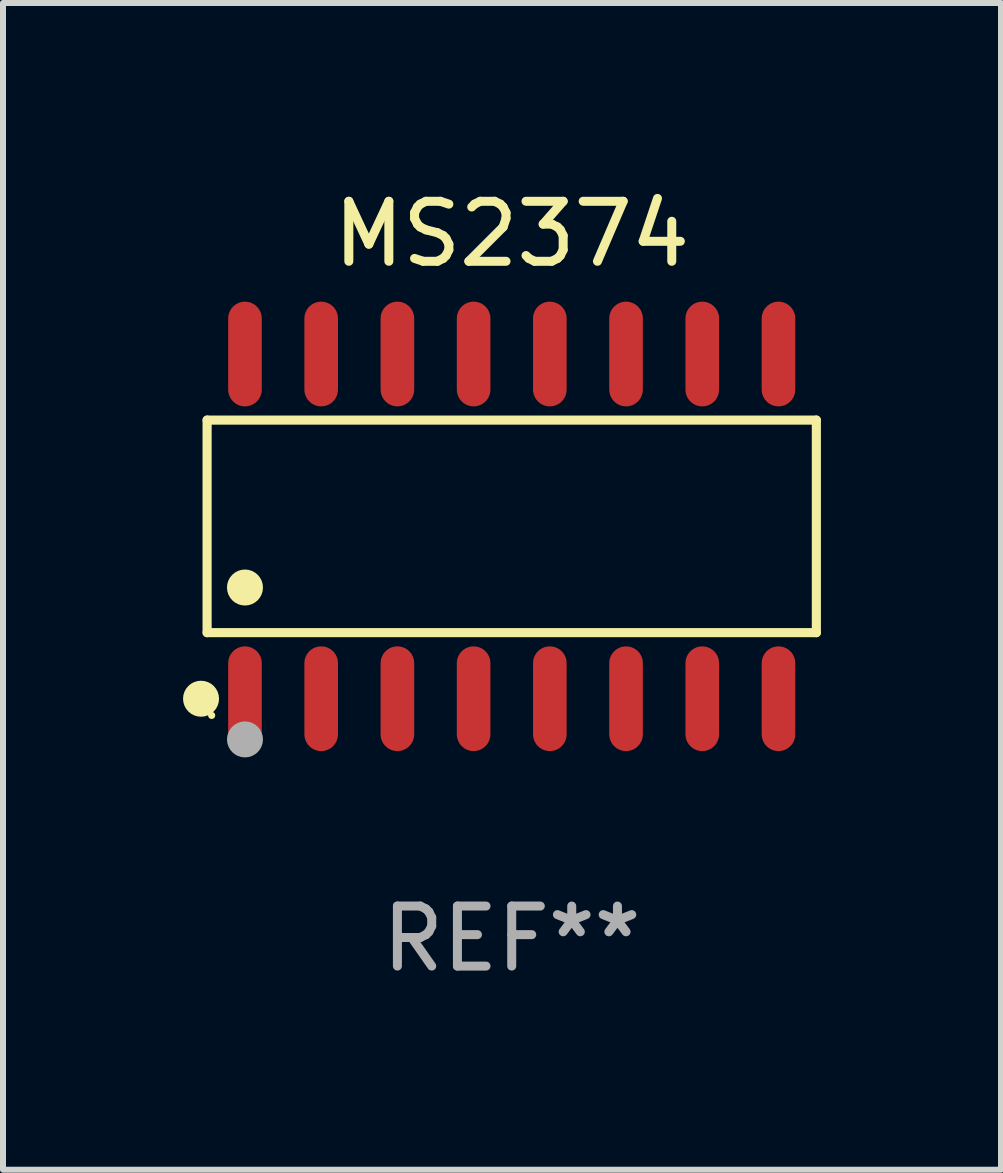
<source format=kicad_pcb>
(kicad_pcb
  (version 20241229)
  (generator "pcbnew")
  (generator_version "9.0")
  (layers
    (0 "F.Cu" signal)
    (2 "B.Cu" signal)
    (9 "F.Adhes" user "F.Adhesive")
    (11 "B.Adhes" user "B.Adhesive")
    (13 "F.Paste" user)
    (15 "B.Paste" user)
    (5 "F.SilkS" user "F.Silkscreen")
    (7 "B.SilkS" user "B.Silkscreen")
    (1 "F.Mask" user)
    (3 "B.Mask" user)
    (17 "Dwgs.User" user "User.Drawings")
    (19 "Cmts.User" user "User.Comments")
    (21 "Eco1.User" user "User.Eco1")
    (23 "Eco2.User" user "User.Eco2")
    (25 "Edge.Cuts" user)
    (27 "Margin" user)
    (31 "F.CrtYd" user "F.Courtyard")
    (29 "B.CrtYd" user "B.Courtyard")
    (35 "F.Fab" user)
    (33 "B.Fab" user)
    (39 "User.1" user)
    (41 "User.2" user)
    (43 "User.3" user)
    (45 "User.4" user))
  (footprint "MS2374"
    (layer "F.Cu")
    (at 5.477 5.721)
    (property "Reference" "MS2374" (at 0 -4.872 0) (layer "F.SilkS") (effects (font (size 1 1) (thickness 0.15))))
    (attr through_hole)
    (fp_line (start -5.076 -1.771) (end 5.076 -1.771) (stroke (width 0.152) (type solid)) (layer "F.SilkS"))
    (fp_line (start -5.076 1.771) (end -5.076 -1.771) (stroke (width 0.152) (type solid)) (layer "F.SilkS"))
    (fp_line (start 5.076 -1.771) (end 5.076 1.771) (stroke (width 0.152) (type solid)) (layer "F.SilkS"))
    (fp_line (start 5.076 1.771) (end -5.076 1.771) (stroke (width 0.152) (type solid)) (layer "F.SilkS"))
    (fp_circle (center -5.177 2.872) (end -5.027 2.872) (stroke (width 0.3) (type solid)) (fill no) (layer "F.SilkS"))
    (fp_circle (center -5 3.15) (end -4.97 3.15) (stroke (width 0.06) (type solid)) (fill no) (layer "F.SilkS"))
    (fp_circle (center -4.445 1.019) (end -4.295 1.019) (stroke (width 0.3) (type solid)) (fill no) (layer "F.SilkS"))
    (fp_circle (center -4.445 3.55) (end -4.295 3.55) (stroke (width 0.3) (type solid)) (fill no) (layer "F.Fab"))
    (fp_text user "REF**" (at 0 6.872 0) (layer "F.Fab") (effects (font (size 1 1) (thickness 0.15))))
    (pad "1" smd oval (at -4.445 2.872) (size 0.56 1.745) (layers "F.Cu" "F.Mask" "F.Paste"))
    (pad "2" smd oval (at -3.175 2.872) (size 0.56 1.745) (layers "F.Cu" "F.Mask" "F.Paste"))
    (pad "3" smd oval (at -1.905 2.872) (size 0.56 1.745) (layers "F.Cu" "F.Mask" "F.Paste"))
    (pad "4" smd oval (at -0.635 2.872) (size 0.56 1.745) (layers "F.Cu" "F.Mask" "F.Paste"))
    (pad "5" smd oval (at 0.635 2.872) (size 0.56 1.745) (layers "F.Cu" "F.Mask" "F.Paste"))
    (pad "6" smd oval (at 1.905 2.872) (size 0.56 1.745) (layers "F.Cu" "F.Mask" "F.Paste"))
    (pad "7" smd oval (at 3.175 2.872) (size 0.56 1.745) (layers "F.Cu" "F.Mask" "F.Paste"))
    (pad "8" smd oval (at 4.445 2.872) (size 0.56 1.745) (layers "F.Cu" "F.Mask" "F.Paste"))
    (pad "9" smd oval (at 4.445 -2.872) (size 0.56 1.745) (layers "F.Cu" "F.Mask" "F.Paste"))
    (pad "10" smd oval (at 3.175 -2.872) (size 0.56 1.745) (layers "F.Cu" "F.Mask" "F.Paste"))
    (pad "11" smd oval (at 1.905 -2.872) (size 0.56 1.745) (layers "F.Cu" "F.Mask" "F.Paste"))
    (pad "12" smd oval (at 0.635 -2.872) (size 0.56 1.745) (layers "F.Cu" "F.Mask" "F.Paste"))
    (pad "13" smd oval (at -0.635 -2.872) (size 0.56 1.745) (layers "F.Cu" "F.Mask" "F.Paste"))
    (pad "14" smd oval (at -1.905 -2.872) (size 0.56 1.745) (layers "F.Cu" "F.Mask" "F.Paste"))
    (pad "15" smd oval (at -3.175 -2.872) (size 0.56 1.745) (layers "F.Cu" "F.Mask" "F.Paste"))
    (pad "16" smd oval (at -4.445 -2.872) (size 0.56 1.745) (layers "F.Cu" "F.Mask" "F.Paste")))
  (gr_rect
    (start -3 -3)
    (end 13.63 16.441)
    (stroke (width 0.1) (type default))
    (fill no)
    (layer "Edge.Cuts")))
</source>
